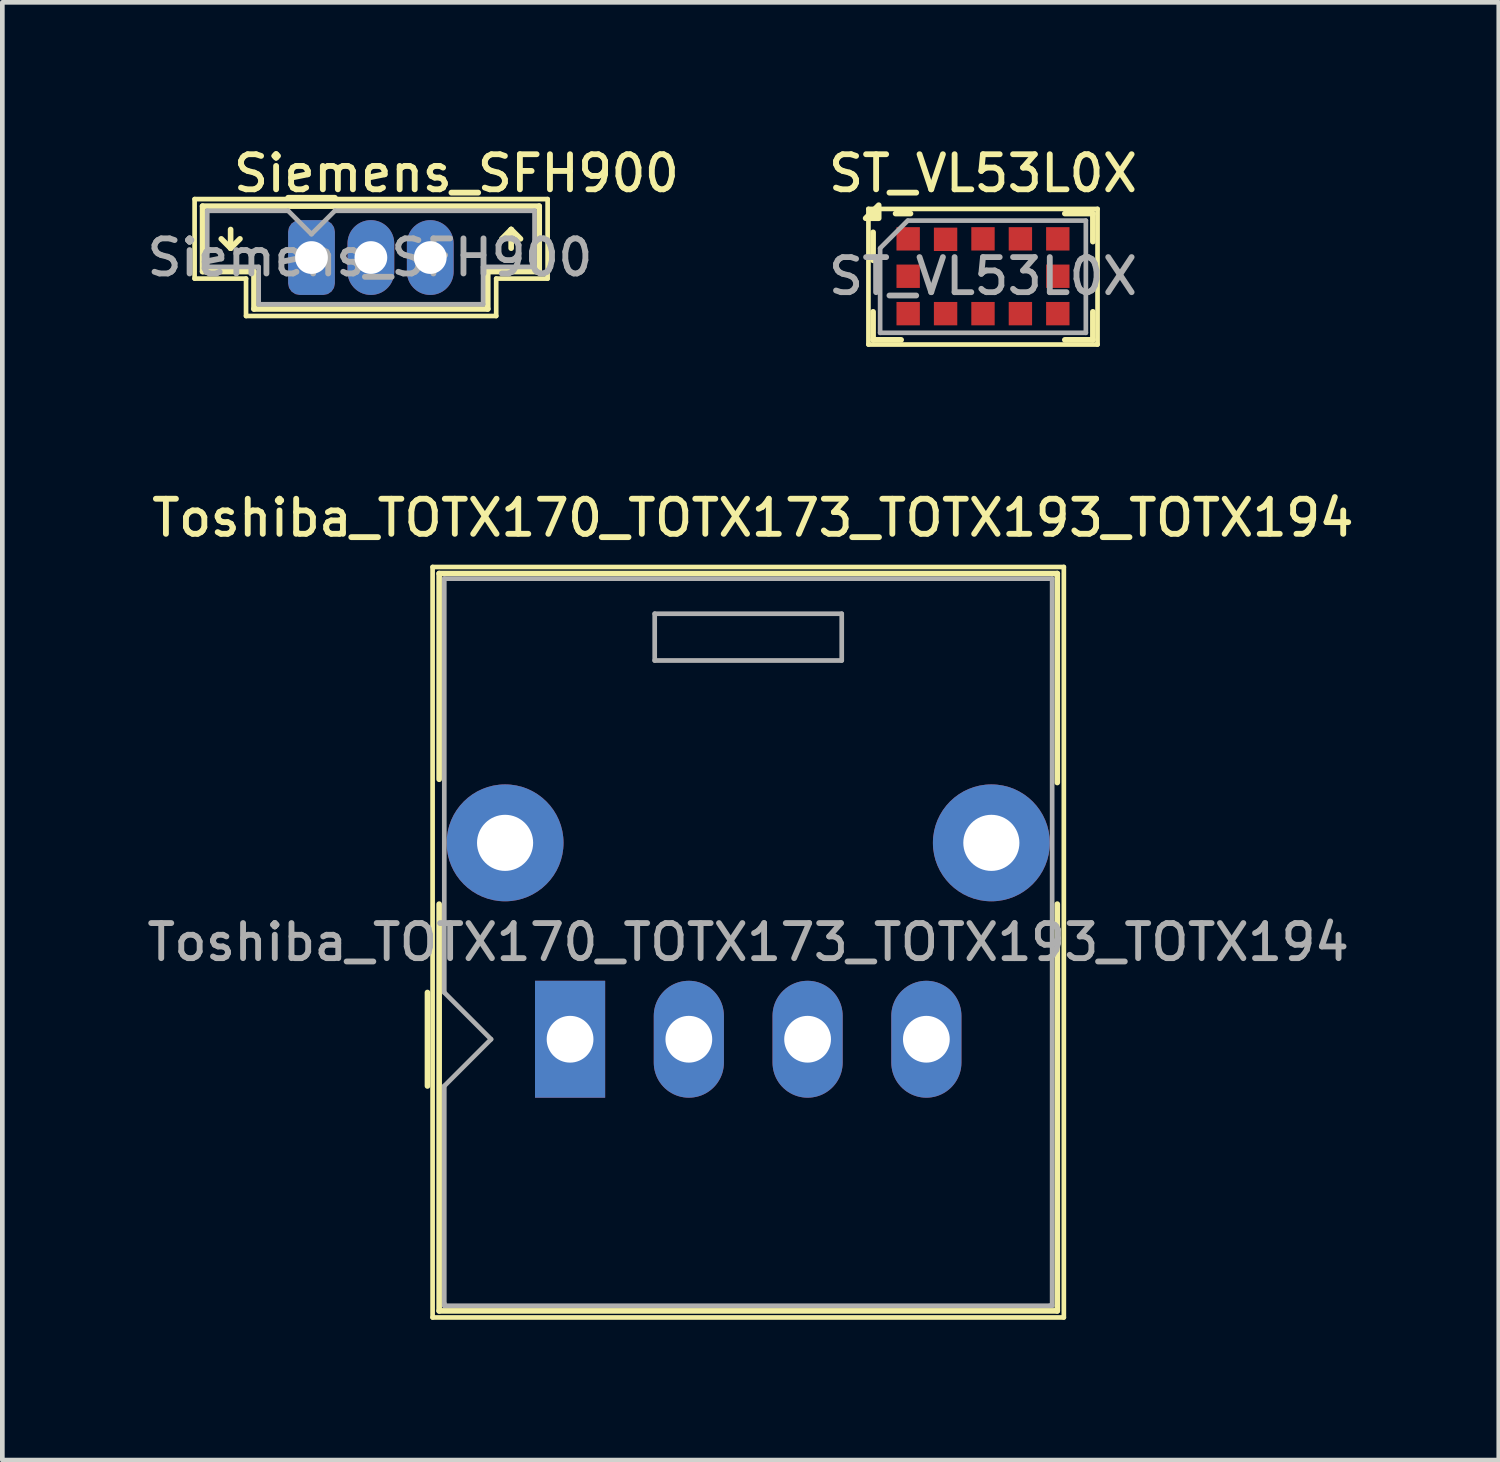
<source format=kicad_pcb>
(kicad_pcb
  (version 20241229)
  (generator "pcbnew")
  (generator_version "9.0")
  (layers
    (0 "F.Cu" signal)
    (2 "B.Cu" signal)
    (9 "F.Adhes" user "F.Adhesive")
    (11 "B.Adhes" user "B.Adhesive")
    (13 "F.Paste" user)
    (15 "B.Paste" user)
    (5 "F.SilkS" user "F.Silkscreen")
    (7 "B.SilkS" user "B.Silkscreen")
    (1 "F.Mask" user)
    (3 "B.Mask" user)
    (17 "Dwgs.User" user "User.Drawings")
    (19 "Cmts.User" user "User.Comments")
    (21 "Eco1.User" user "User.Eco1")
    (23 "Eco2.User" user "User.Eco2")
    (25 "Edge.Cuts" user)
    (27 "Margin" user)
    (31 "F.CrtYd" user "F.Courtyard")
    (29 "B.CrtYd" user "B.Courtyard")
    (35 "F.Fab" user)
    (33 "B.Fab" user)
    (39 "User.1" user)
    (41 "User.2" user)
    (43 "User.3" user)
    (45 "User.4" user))
  (footprint "ST_VL53L0X"
    (layer "F.Cu")
    (at 17.973 2.858)
    (property "Reference" "ST_VL53L0X" (at 0 -2.2 180) (layer "F.SilkS") (effects (font (size 0.75 0.75) (thickness 0.125))))
    (attr smd)
    (fp_line (start -2.45 -1.44) (end -2.45 1.46) (stroke (width 0.1) (type solid)) (layer "F.SilkS"))
    (fp_line (start -2.45 1.46) (end 2.45 1.46) (stroke (width 0.1) (type solid)) (layer "F.SilkS"))
    (fp_line (start -2.35 -0.94) (end -2.35 -0.34) (stroke (width 0.12) (type solid)) (layer "F.SilkS"))
    (fp_line (start -2.35 1.36) (end -2.35 0.76) (stroke (width 0.12) (type solid)) (layer "F.SilkS"))
    (fp_line (start -1.87 -1.34) (end -1.55 -1.34) (stroke (width 0.12) (type solid)) (layer "F.SilkS"))
    (fp_line (start -1.75 1.36) (end -2.35 1.36) (stroke (width 0.12) (type solid)) (layer "F.SilkS"))
    (fp_line (start 1.75 -1.34) (end 2.35 -1.34) (stroke (width 0.12) (type solid)) (layer "F.SilkS"))
    (fp_line (start 2.35 -1.34) (end 2.35 -0.74) (stroke (width 0.12) (type solid)) (layer "F.SilkS"))
    (fp_line (start 2.35 0.76) (end 2.35 1.36) (stroke (width 0.12) (type solid)) (layer "F.SilkS"))
    (fp_line (start 2.35 1.36) (end 1.75 1.36) (stroke (width 0.12) (type solid)) (layer "F.SilkS"))
    (fp_line (start 2.45 -1.44) (end -2.45 -1.44) (stroke (width 0.1) (type solid)) (layer "F.SilkS"))
    (fp_line (start 2.45 1.46) (end 2.45 -1.44) (stroke (width 0.1) (type solid)) (layer "F.SilkS"))
    (fp_poly (pts (xy -2.23 -1.24) (xy -2.51 -1.24) (xy -2.23 -1.52) (xy -2.23 -1.24)) (stroke (width 0.12) (type solid)) (fill yes) (layer "F.SilkS"))
    (fp_line (start -2.2 1.21) (end -2.2 -0.59) (stroke (width 0.1) (type solid)) (layer "F.Fab"))
    (fp_line (start -1.61 -1.19) (end -2.2 -0.6) (stroke (width 0.1) (type solid)) (layer "F.Fab"))
    (fp_line (start -1.6 -1.19) (end 2.2 -1.19) (stroke (width 0.1) (type solid)) (layer "F.Fab"))
    (fp_line (start 2.2 -1.19) (end 2.2 1.21) (stroke (width 0.1) (type solid)) (layer "F.Fab"))
    (fp_line (start 2.2 1.21) (end -2.2 1.21) (stroke (width 0.1) (type solid)) (layer "F.Fab"))
    (fp_text user "${REFERENCE}" (at 0 0 180) (layer "F.Fab") (effects (font (size 0.75 0.75) (thickness 0.125))))
    (pad "1" smd rect (at -1.6 -0.8 90) (size 0.5 0.5) (layers "F.Cu" "F.Mask" "F.Paste"))
    (pad "2" smd rect (at -0.8 -0.79 90) (size 0.5 0.5) (layers "F.Cu" "F.Mask" "F.Paste"))
    (pad "3" smd rect (at 0 -0.8 90) (size 0.5 0.5) (layers "F.Cu" "F.Mask" "F.Paste"))
    (pad "4" smd rect (at 0.8 -0.8 90) (size 0.5 0.5) (layers "F.Cu" "F.Mask" "F.Paste"))
    (pad "5" smd rect (at 1.6 -0.8 90) (size 0.5 0.5) (layers "F.Cu" "F.Mask" "F.Paste"))
    (pad "6" smd rect (at 1.6 0 90) (size 0.5 0.5) (layers "F.Cu" "F.Mask" "F.Paste"))
    (pad "7" smd rect (at 1.6 0.8 90) (size 0.5 0.5) (layers "F.Cu" "F.Mask" "F.Paste"))
    (pad "8" smd rect (at 0.8 0.8 90) (size 0.5 0.5) (layers "F.Cu" "F.Mask" "F.Paste"))
    (pad "9" smd rect (at 0 0.8 90) (size 0.5 0.5) (layers "F.Cu" "F.Mask" "F.Paste"))
    (pad "10" smd rect (at -0.8 0.8 90) (size 0.5 0.5) (layers "F.Cu" "F.Mask" "F.Paste"))
    (pad "11" smd rect (at -1.6 0.8 90) (size 0.5 0.5) (layers "F.Cu" "F.Mask" "F.Paste"))
    (pad "12" smd rect (at -1.6 0 90) (size 0.5 0.5) (layers "F.Cu" "F.Mask" "F.Paste")))
  (footprint "Toshiba_TOTX170_TOTX173_TOTX193_TOTX194"
    (layer "F.Cu")
    (at 9.142 19.176)
    (property "Reference" "Toshiba_TOTX170_TOTX173_TOTX193_TOTX194" (at 3.91 -11.15 0) (layer "F.SilkS") (effects (font (size 0.75 0.75) (thickness 0.125))))
    (attr through_hole)
    (fp_line (start -3.05 1) (end -3.05 -1) (stroke (width 0.12) (type solid)) (layer "F.SilkS"))
    (fp_line (start -2.94 -10.1) (end -2.94 5.95) (stroke (width 0.1) (type solid)) (layer "F.SilkS"))
    (fp_line (start -2.94 -10.1) (end 10.56 -10.1) (stroke (width 0.1) (type solid)) (layer "F.SilkS"))
    (fp_line (start -2.8 -9.96) (end -2.8 -5.56) (stroke (width 0.12) (type solid)) (layer "F.SilkS"))
    (fp_line (start -2.8 5.81) (end -2.8 -2.89) (stroke (width 0.12) (type solid)) (layer "F.SilkS"))
    (fp_line (start -2.8 5.81) (end 10.42 5.81) (stroke (width 0.12) (type solid)) (layer "F.SilkS"))
    (fp_line (start 10.42 -9.96) (end -2.8 -9.96) (stroke (width 0.12) (type solid)) (layer "F.SilkS"))
    (fp_line (start 10.42 -9.96) (end 10.42 -5.49) (stroke (width 0.12) (type solid)) (layer "F.SilkS"))
    (fp_line (start 10.42 5.81) (end 10.42 -2.89) (stroke (width 0.12) (type solid)) (layer "F.SilkS"))
    (fp_line (start 10.56 5.95) (end -2.94 5.95) (stroke (width 0.1) (type solid)) (layer "F.SilkS"))
    (fp_line (start 10.56 5.95) (end 10.56 -10.1) (stroke (width 0.1) (type solid)) (layer "F.SilkS"))
    (fp_line (start -2.69 -9.85) (end 10.31 -9.85) (stroke (width 0.1) (type solid)) (layer "F.Fab"))
    (fp_line (start -2.69 -1) (end -2.69 -9.85) (stroke (width 0.1) (type solid)) (layer "F.Fab"))
    (fp_line (start -2.69 5.65) (end -2.69 1) (stroke (width 0.1) (type solid)) (layer "F.Fab"))
    (fp_line (start -2.69 5.65) (end -2.69 5.7) (stroke (width 0.1) (type solid)) (layer "F.Fab"))
    (fp_line (start -2.69 5.7) (end 10.26 5.7) (stroke (width 0.1) (type solid)) (layer "F.Fab"))
    (fp_line (start -1.69 0) (end -2.69 -1) (stroke (width 0.1) (type solid)) (layer "F.Fab"))
    (fp_line (start -1.69 0) (end -2.69 1) (stroke (width 0.1) (type solid)) (layer "F.Fab"))
    (fp_line (start 1.81 -9.1) (end 5.81 -9.1) (stroke (width 0.1) (type solid)) (layer "F.Fab"))
    (fp_line (start 1.81 -8.1) (end 1.81 -9.1) (stroke (width 0.1) (type solid)) (layer "F.Fab"))
    (fp_line (start 5.81 -9.1) (end 5.81 -8.1) (stroke (width 0.1) (type solid)) (layer "F.Fab"))
    (fp_line (start 5.81 -8.1) (end 1.81 -8.1) (stroke (width 0.1) (type solid)) (layer "F.Fab"))
    (fp_line (start 10.26 5.7) (end 10.31 5.7) (stroke (width 0.1) (type solid)) (layer "F.Fab"))
    (fp_line (start 10.31 5.7) (end 10.31 -9.85) (stroke (width 0.1) (type solid)) (layer "F.Fab"))
    (fp_text user "${REFERENCE}" (at 3.81 -2.075 0) (layer "F.Fab") (effects (font (size 0.75 0.75) (thickness 0.125))))
    (pad "1" thru_hole rect (at 0 0) (size 1.5 2.5) (drill 1) (layers "*.Cu" "*.Mask"))
    (pad "2" thru_hole oval (at 2.54 0) (size 1.5 2.5) (drill 1) (layers "*.Cu" "*.Mask"))
    (pad "3" thru_hole oval (at 5.08 0) (size 1.5 2.5) (drill 1) (layers "*.Cu" "*.Mask"))
    (pad "4" thru_hole oval (at 7.62 0) (size 1.5 2.5) (drill 1) (layers "*.Cu" "*.Mask"))
    (pad "5" thru_hole circle (at 9.01 -4.2) (size 2.5 2.5) (drill 1.2) (layers "*.Cu" "*.Mask"))
    (pad "6" thru_hole circle (at -1.39 -4.2) (size 2.5 2.5) (drill 1.2) (layers "*.Cu" "*.Mask")))
  (footprint "Siemens_SFH900"
    (layer "F.Cu")
    (at 3.612 2.458)
    (property "Reference" "Siemens_SFH900" (at 3.1 -1.8 0) (layer "F.SilkS") (effects (font (size 0.75 0.75) (thickness 0.125))))
    (attr through_hole)
    (fp_line (start -2.5 -1.25) (end 5.05 -1.25) (stroke (width 0.1) (type solid)) (layer "F.SilkS"))
    (fp_line (start -2.5 0.45) (end -2.5 -1.25) (stroke (width 0.1) (type solid)) (layer "F.SilkS"))
    (fp_line (start -2.33 -1.1) (end 4.87 -1.1) (stroke (width 0.12) (type solid)) (layer "F.SilkS"))
    (fp_line (start -2.33 0.3) (end -2.33 -1.1) (stroke (width 0.12) (type solid)) (layer "F.SilkS"))
    (fp_line (start -1.73 -0.6) (end -1.73 -0.2) (stroke (width 0.12) (type solid)) (layer "F.SilkS"))
    (fp_line (start -1.73 -0.2) (end -1.93 -0.4) (stroke (width 0.12) (type solid)) (layer "F.SilkS"))
    (fp_line (start -1.73 -0.2) (end -1.53 -0.4) (stroke (width 0.12) (type solid)) (layer "F.SilkS"))
    (fp_line (start -1.4 0.45) (end -2.5 0.45) (stroke (width 0.1) (type solid)) (layer "F.SilkS"))
    (fp_line (start -1.4 1.25) (end -1.4 0.45) (stroke (width 0.1) (type solid)) (layer "F.SilkS"))
    (fp_line (start -1.23 0.3) (end -2.33 0.3) (stroke (width 0.12) (type solid)) (layer "F.SilkS"))
    (fp_line (start -1.23 1.1) (end -1.23 0.3) (stroke (width 0.12) (type solid)) (layer "F.SilkS"))
    (fp_line (start -0.5 -1.28) (end 0.5 -1.28) (stroke (width 0.12) (type solid)) (layer "F.SilkS"))
    (fp_line (start 3.77 0.3) (end 3.77 1.1) (stroke (width 0.12) (type solid)) (layer "F.SilkS"))
    (fp_line (start 3.77 1.1) (end -1.23 1.1) (stroke (width 0.12) (type solid)) (layer "F.SilkS"))
    (fp_line (start 3.95 0.45) (end 3.95 1.25) (stroke (width 0.1) (type solid)) (layer "F.SilkS"))
    (fp_line (start 3.95 1.25) (end -1.4 1.25) (stroke (width 0.1) (type solid)) (layer "F.SilkS"))
    (fp_line (start 4.27 -0.6) (end 4.07 -0.4) (stroke (width 0.12) (type solid)) (layer "F.SilkS"))
    (fp_line (start 4.27 -0.6) (end 4.47 -0.4) (stroke (width 0.12) (type solid)) (layer "F.SilkS"))
    (fp_line (start 4.27 -0.2) (end 4.27 -0.6) (stroke (width 0.12) (type solid)) (layer "F.SilkS"))
    (fp_line (start 4.87 -1.1) (end 4.87 0.3) (stroke (width 0.12) (type solid)) (layer "F.SilkS"))
    (fp_line (start 4.87 0.3) (end 3.77 0.3) (stroke (width 0.12) (type solid)) (layer "F.SilkS"))
    (fp_line (start 5.05 -1.25) (end 5.05 0.45) (stroke (width 0.1) (type solid)) (layer "F.SilkS"))
    (fp_line (start 5.05 0.45) (end 3.95 0.45) (stroke (width 0.1) (type solid)) (layer "F.SilkS"))
    (fp_line (start -2.23 -1) (end -2.23 0.2) (stroke (width 0.1) (type solid)) (layer "F.Fab"))
    (fp_line (start -2.23 -1) (end -0.5 -1) (stroke (width 0.1) (type solid)) (layer "F.Fab"))
    (fp_line (start -2.23 0.2) (end -1.13 0.2) (stroke (width 0.1) (type solid)) (layer "F.Fab"))
    (fp_line (start -1.13 0.2) (end -1.13 1) (stroke (width 0.1) (type solid)) (layer "F.Fab"))
    (fp_line (start -1.13 1) (end 3.67 1) (stroke (width 0.1) (type solid)) (layer "F.Fab"))
    (fp_line (start 0 -0.5) (end -0.5 -1) (stroke (width 0.1) (type solid)) (layer "F.Fab"))
    (fp_line (start 0 -0.5) (end 0.5 -1) (stroke (width 0.1) (type solid)) (layer "F.Fab"))
    (fp_line (start 0.5 -1) (end 4.77 -1) (stroke (width 0.1) (type solid)) (layer "F.Fab"))
    (fp_line (start 3.67 1) (end 3.67 0.2) (stroke (width 0.1) (type solid)) (layer "F.Fab"))
    (fp_line (start 4.77 -1) (end 4.77 0.2) (stroke (width 0.1) (type solid)) (layer "F.Fab"))
    (fp_line (start 4.77 0.2) (end 3.67 0.2) (stroke (width 0.1) (type solid)) (layer "F.Fab"))
    (fp_text user "${REFERENCE}" (at 1.25 0 0) (layer "F.Fab") (effects (font (size 0.75 0.75) (thickness 0.125))))
    (pad "1" thru_hole roundrect (at 0 0) (size 1 1.6) (drill 0.7) (layers "*.Cu" "*.Mask") (roundrect_rratio 0.25))
    (pad "2" thru_hole oval (at 1.27 0) (size 1 1.6) (drill 0.7) (layers "*.Cu" "*.Mask"))
    (pad "3" thru_hole oval (at 2.54 0) (size 1 1.6) (drill 0.7) (layers "*.Cu" "*.Mask")))
  (gr_rect
    (start -3 -3)
    (end 29.004 28.176)
    (stroke (width 0.1) (type default))
    (fill no)
    (layer "Edge.Cuts")))
</source>
